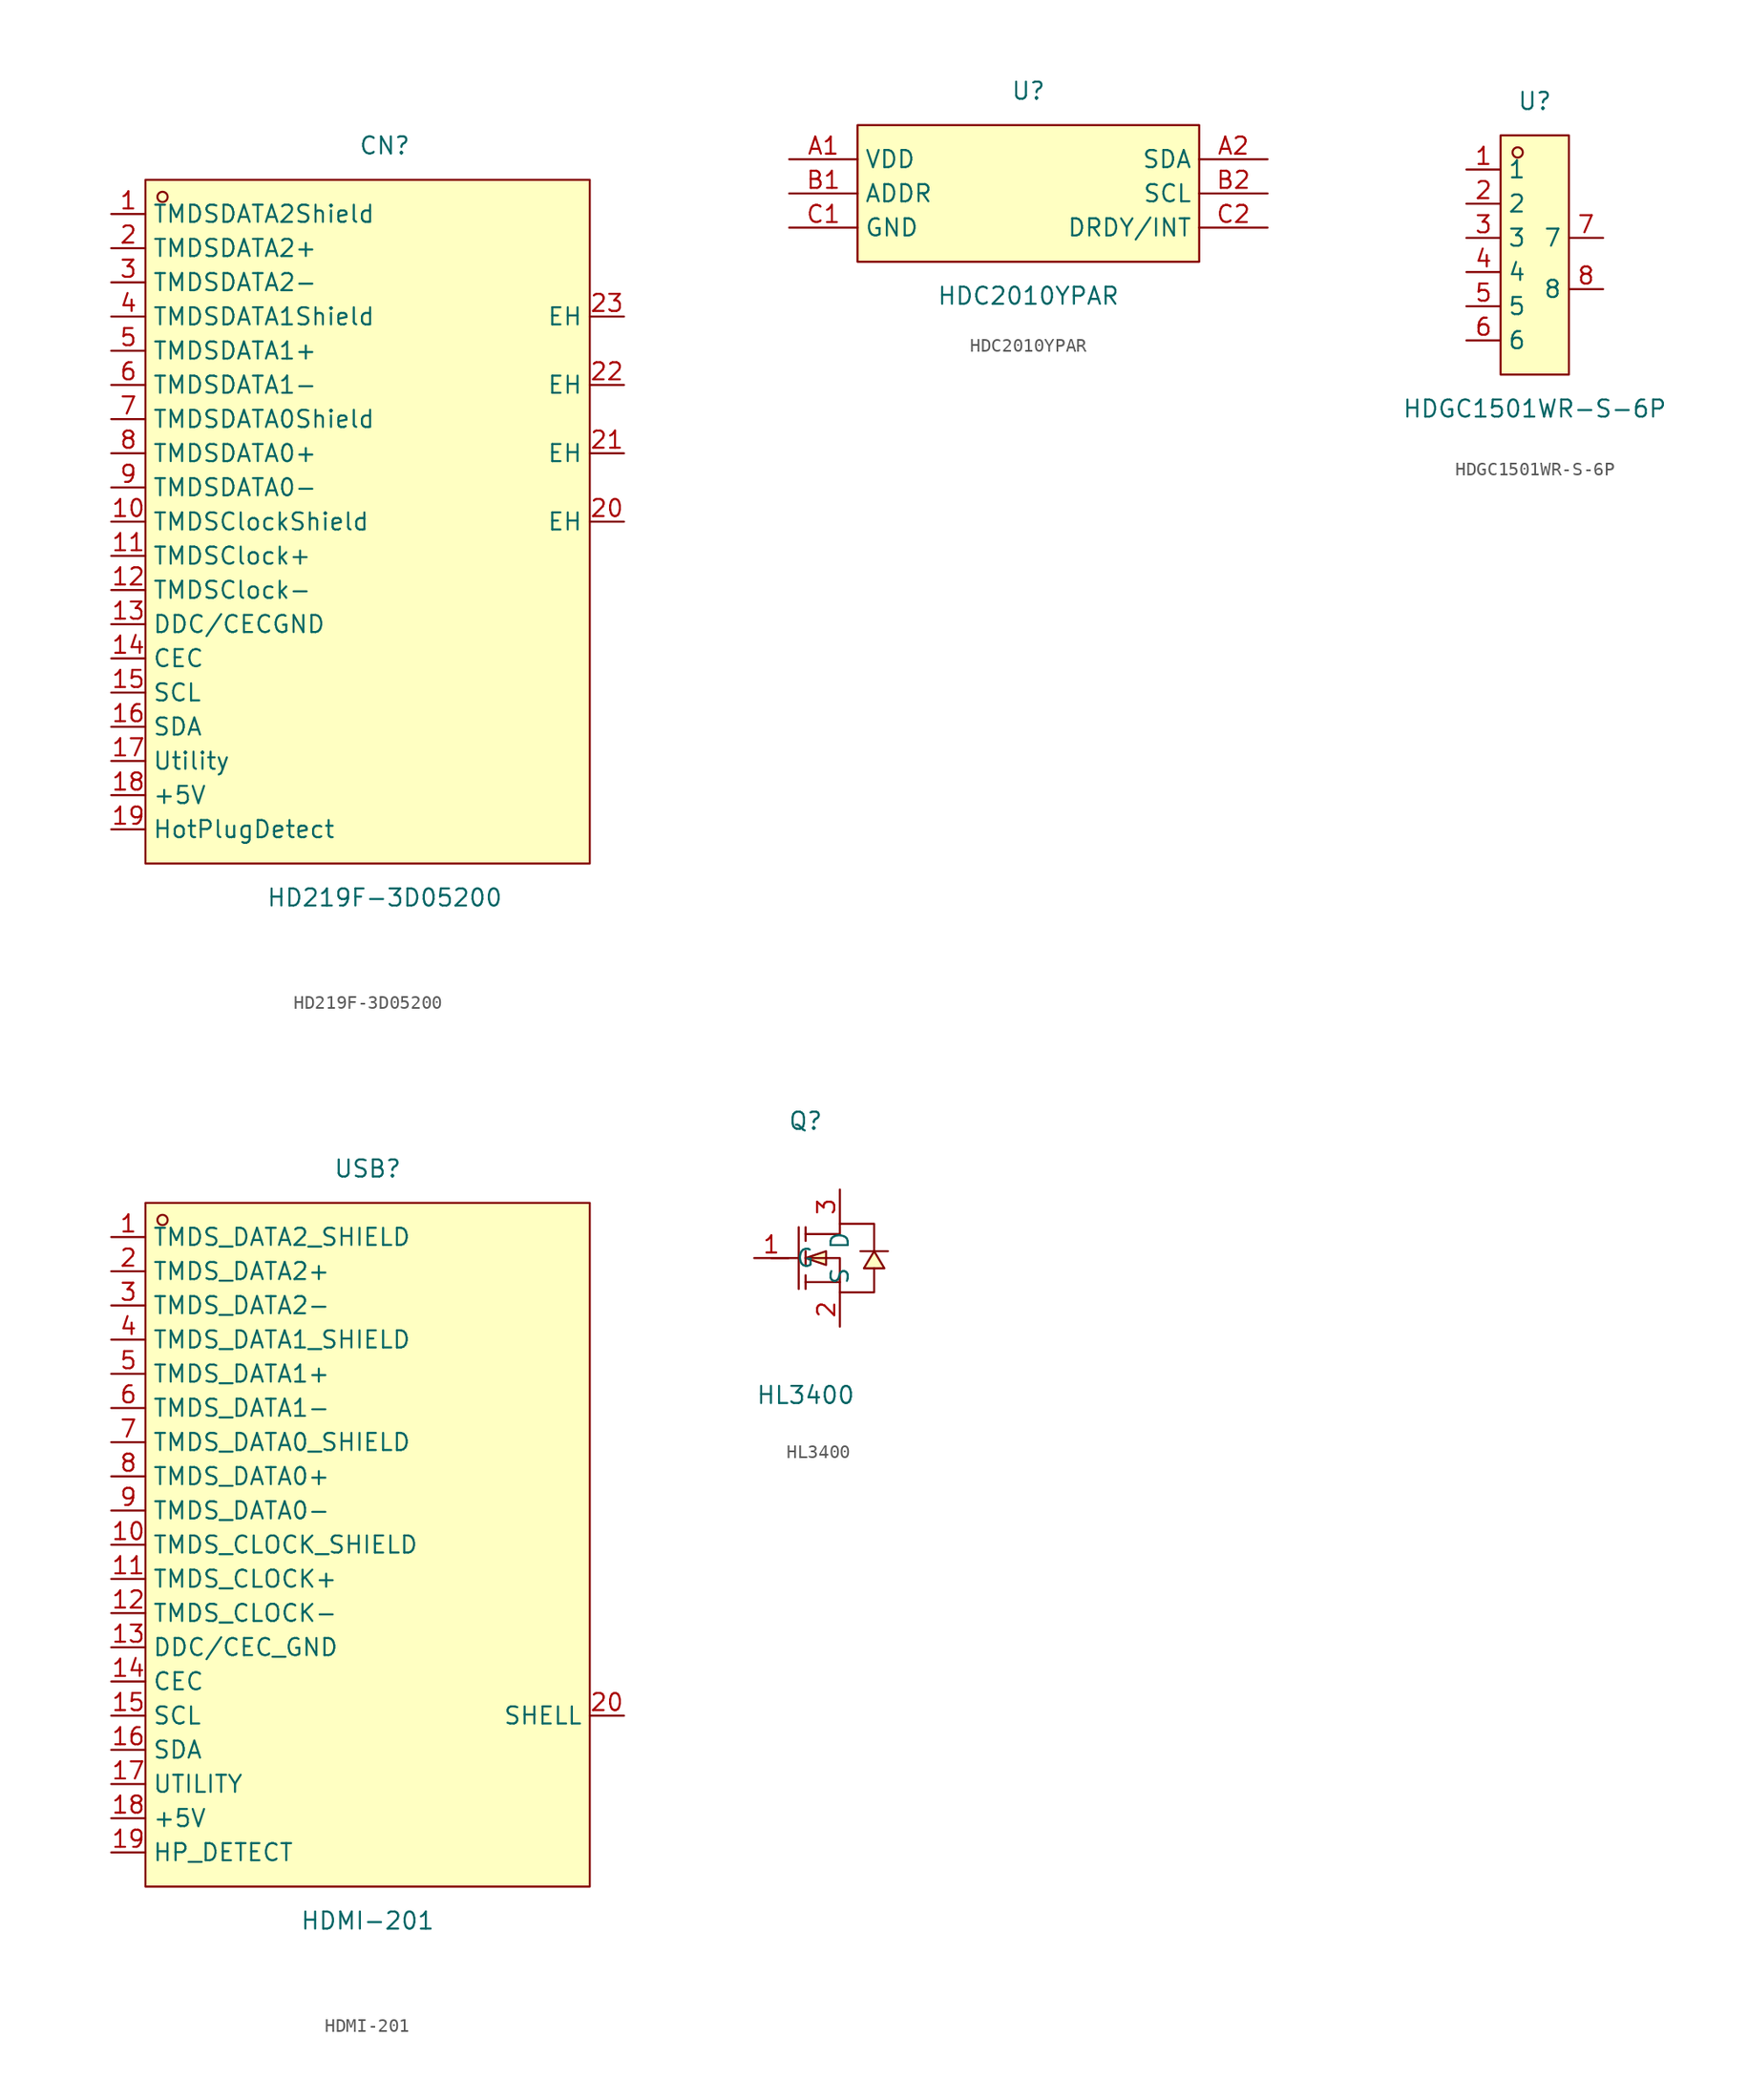
<source format=kicad_sym>
(kicad_symbol_lib
  (version 20231120)
  (generator "kicad_symbol_editor")
  (generator_version "8.0")
  (symbol "HD219F-3D05200"
    (property "Reference" "CN"
      (at 0 27.94 0)
      (effects (font (size 1.27 1.27))))
    (property "Value" "HD219F-3D05200"
      (at 0 -27.94 0)
      (effects (font (size 1.27 1.27))))
    (symbol "HD219F-3D05200_0_1"
      (rectangle (start -17.78 25.4) (end 15.24 -25.4) (stroke (width 0) (type default)) (fill (type background)))
      (circle (center -16.51 24.13) (radius 0.38) (stroke (width 0) (type default)) (fill (type none)))
      (pin unspecified line (at -20.32 22.86 0) (length 2.54) (name "TMDSDATA2Shield" (effects (font (size 1.27 1.27)))) (number "1" (effects (font (size 1.27 1.27)))))
      (pin unspecified line (at -20.32 0 0) (length 2.54) (name "TMDSClockShield" (effects (font (size 1.27 1.27)))) (number "10" (effects (font (size 1.27 1.27)))))
      (pin unspecified line (at -20.32 -2.54 0) (length 2.54) (name "TMDSClock+" (effects (font (size 1.27 1.27)))) (number "11" (effects (font (size 1.27 1.27)))))
      (pin unspecified line (at -20.32 -5.08 0) (length 2.54) (name "TMDSClock-" (effects (font (size 1.27 1.27)))) (number "12" (effects (font (size 1.27 1.27)))))
      (pin unspecified line (at -20.32 -7.62 0) (length 2.54) (name "DDC/CECGND" (effects (font (size 1.27 1.27)))) (number "13" (effects (font (size 1.27 1.27)))))
      (pin unspecified line (at -20.32 -10.16 0) (length 2.54) (name "CEC" (effects (font (size 1.27 1.27)))) (number "14" (effects (font (size 1.27 1.27)))))
      (pin unspecified line (at -20.32 -12.7 0) (length 2.54) (name "SCL" (effects (font (size 1.27 1.27)))) (number "15" (effects (font (size 1.27 1.27)))))
      (pin unspecified line (at -20.32 -15.24 0) (length 2.54) (name "SDA" (effects (font (size 1.27 1.27)))) (number "16" (effects (font (size 1.27 1.27)))))
      (pin unspecified line (at -20.32 -17.78 0) (length 2.54) (name "Utility" (effects (font (size 1.27 1.27)))) (number "17" (effects (font (size 1.27 1.27)))))
      (pin unspecified line (at -20.32 -20.32 0) (length 2.54) (name "+5V" (effects (font (size 1.27 1.27)))) (number "18" (effects (font (size 1.27 1.27)))))
      (pin unspecified line (at -20.32 -22.86 0) (length 2.54) (name "HotPlugDetect" (effects (font (size 1.27 1.27)))) (number "19" (effects (font (size 1.27 1.27)))))
      (pin unspecified line (at -20.32 20.32 0) (length 2.54) (name "TMDSDATA2+" (effects (font (size 1.27 1.27)))) (number "2" (effects (font (size 1.27 1.27)))))
      (pin unspecified line (at 17.78 0 180) (length 2.54) (name "EH" (effects (font (size 1.27 1.27)))) (number "20" (effects (font (size 1.27 1.27)))))
      (pin unspecified line (at 17.78 5.08 180) (length 2.54) (name "EH" (effects (font (size 1.27 1.27)))) (number "21" (effects (font (size 1.27 1.27)))))
      (pin unspecified line (at 17.78 10.16 180) (length 2.54) (name "EH" (effects (font (size 1.27 1.27)))) (number "22" (effects (font (size 1.27 1.27)))))
      (pin unspecified line (at 17.78 15.24 180) (length 2.54) (name "EH" (effects (font (size 1.27 1.27)))) (number "23" (effects (font (size 1.27 1.27)))))
      (pin unspecified line (at -20.32 17.78 0) (length 2.54) (name "TMDSDATA2-" (effects (font (size 1.27 1.27)))) (number "3" (effects (font (size 1.27 1.27)))))
      (pin unspecified line (at -20.32 15.24 0) (length 2.54) (name "TMDSDATA1Shield" (effects (font (size 1.27 1.27)))) (number "4" (effects (font (size 1.27 1.27)))))
      (pin unspecified line (at -20.32 12.7 0) (length 2.54) (name "TMDSDATA1+" (effects (font (size 1.27 1.27)))) (number "5" (effects (font (size 1.27 1.27)))))
      (pin unspecified line (at -20.32 10.16 0) (length 2.54) (name "TMDSDATA1-" (effects (font (size 1.27 1.27)))) (number "6" (effects (font (size 1.27 1.27)))))
      (pin unspecified line (at -20.32 7.62 0) (length 2.54) (name "TMDSDATA0Shield" (effects (font (size 1.27 1.27)))) (number "7" (effects (font (size 1.27 1.27)))))
      (pin unspecified line (at -20.32 5.08 0) (length 2.54) (name "TMDSDATA0+" (effects (font (size 1.27 1.27)))) (number "8" (effects (font (size 1.27 1.27)))))
      (pin unspecified line (at -20.32 2.54 0) (length 2.54) (name "TMDSDATA0-" (effects (font (size 1.27 1.27)))) (number "9" (effects (font (size 1.27 1.27)))))))
  (symbol "HDC2010YPAR"
    (property "Reference" "U"
      (at 0 7.62 0)
      (effects (font (size 1.27 1.27))))
    (property "Value" "HDC2010YPAR"
      (at 0 -7.62 0)
      (effects (font (size 1.27 1.27))))
    (symbol "HDC2010YPAR_0_1"
      (rectangle (start -12.7 5.08) (end 12.7 -5.08) (stroke (width 0) (type default)) (fill (type background)))
      (pin unspecified line (at -17.78 2.54 0) (length 5.08) (name "VDD" (effects (font (size 1.27 1.27)))) (number "A1" (effects (font (size 1.27 1.27)))))
      (pin unspecified line (at 17.78 2.54 180) (length 5.08) (name "SDA" (effects (font (size 1.27 1.27)))) (number "A2" (effects (font (size 1.27 1.27)))))
      (pin unspecified line (at -17.78 0 0) (length 5.08) (name "ADDR" (effects (font (size 1.27 1.27)))) (number "B1" (effects (font (size 1.27 1.27)))))
      (pin unspecified line (at 17.78 0 180) (length 5.08) (name "SCL" (effects (font (size 1.27 1.27)))) (number "B2" (effects (font (size 1.27 1.27)))))
      (pin unspecified line (at -17.78 -2.54 0) (length 5.08) (name "GND" (effects (font (size 1.27 1.27)))) (number "C1" (effects (font (size 1.27 1.27)))))
      (pin unspecified line (at 17.78 -2.54 180) (length 5.08) (name "DRDY/INT" (effects (font (size 1.27 1.27)))) (number "C2" (effects (font (size 1.27 1.27)))))))
  (symbol "HDGC1501WR-S-6P"
    (property "Reference" "U"
      (at 0 11.43 0)
      (effects (font (size 1.27 1.27))))
    (property "Value" "HDGC1501WR-S-6P"
      (at 0 -11.43 0)
      (effects (font (size 1.27 1.27))))
    (symbol "HDGC1501WR-S-6P_0_1"
      (rectangle (start -2.54 8.89) (end 2.54 -8.89) (stroke (width 0) (type default)) (fill (type background)))
      (circle (center -1.27 7.62) (radius 0.38) (stroke (width 0) (type default)) (fill (type none)))
      (pin unspecified line (at -5.08 6.35 0) (length 2.54) (name "1" (effects (font (size 1.27 1.27)))) (number "1" (effects (font (size 1.27 1.27)))))
      (pin unspecified line (at -5.08 3.81 0) (length 2.54) (name "2" (effects (font (size 1.27 1.27)))) (number "2" (effects (font (size 1.27 1.27)))))
      (pin unspecified line (at -5.08 1.27 0) (length 2.54) (name "3" (effects (font (size 1.27 1.27)))) (number "3" (effects (font (size 1.27 1.27)))))
      (pin unspecified line (at -5.08 -1.27 0) (length 2.54) (name "4" (effects (font (size 1.27 1.27)))) (number "4" (effects (font (size 1.27 1.27)))))
      (pin unspecified line (at -5.08 -3.81 0) (length 2.54) (name "5" (effects (font (size 1.27 1.27)))) (number "5" (effects (font (size 1.27 1.27)))))
      (pin unspecified line (at -5.08 -6.35 0) (length 2.54) (name "6" (effects (font (size 1.27 1.27)))) (number "6" (effects (font (size 1.27 1.27)))))
      (pin unspecified line (at 5.08 1.27 180) (length 2.54) (name "7" (effects (font (size 1.27 1.27)))) (number "7" (effects (font (size 1.27 1.27)))))
      (pin unspecified line (at 5.08 -2.54 180) (length 2.54) (name "8" (effects (font (size 1.27 1.27)))) (number "8" (effects (font (size 1.27 1.27)))))))
  (symbol "HDMI-201"
    (property "Reference" "USB"
      (at 0 27.94 0)
      (effects (font (size 1.27 1.27))))
    (property "Value" "HDMI-201"
      (at 0 -27.94 0)
      (effects (font (size 1.27 1.27))))
    (symbol "HDMI-201_0_1"
      (rectangle (start -16.51 25.4) (end 16.51 -25.4) (stroke (width 0) (type default)) (fill (type background)))
      (circle (center -15.24 24.13) (radius 0.38) (stroke (width 0) (type default)) (fill (type none)))
      (pin unspecified line (at -19.05 22.86 0) (length 2.54) (name "TMDS_DATA2_SHIELD" (effects (font (size 1.27 1.27)))) (number "1" (effects (font (size 1.27 1.27)))))
      (pin unspecified line (at -19.05 0 0) (length 2.54) (name "TMDS_CLOCK_SHIELD" (effects (font (size 1.27 1.27)))) (number "10" (effects (font (size 1.27 1.27)))))
      (pin unspecified line (at -19.05 -2.54 0) (length 2.54) (name "TMDS_CLOCK+" (effects (font (size 1.27 1.27)))) (number "11" (effects (font (size 1.27 1.27)))))
      (pin unspecified line (at -19.05 -5.08 0) (length 2.54) (name "TMDS_CLOCK-" (effects (font (size 1.27 1.27)))) (number "12" (effects (font (size 1.27 1.27)))))
      (pin unspecified line (at -19.05 -7.62 0) (length 2.54) (name "DDC/CEC_GND" (effects (font (size 1.27 1.27)))) (number "13" (effects (font (size 1.27 1.27)))))
      (pin unspecified line (at -19.05 -10.16 0) (length 2.54) (name "CEC" (effects (font (size 1.27 1.27)))) (number "14" (effects (font (size 1.27 1.27)))))
      (pin unspecified line (at -19.05 -12.7 0) (length 2.54) (name "SCL" (effects (font (size 1.27 1.27)))) (number "15" (effects (font (size 1.27 1.27)))))
      (pin unspecified line (at -19.05 -15.24 0) (length 2.54) (name "SDA" (effects (font (size 1.27 1.27)))) (number "16" (effects (font (size 1.27 1.27)))))
      (pin unspecified line (at -19.05 -17.78 0) (length 2.54) (name "UTILITY" (effects (font (size 1.27 1.27)))) (number "17" (effects (font (size 1.27 1.27)))))
      (pin unspecified line (at -19.05 -20.32 0) (length 2.54) (name "+5V" (effects (font (size 1.27 1.27)))) (number "18" (effects (font (size 1.27 1.27)))))
      (pin unspecified line (at -19.05 -22.86 0) (length 2.54) (name "HP_DETECT" (effects (font (size 1.27 1.27)))) (number "19" (effects (font (size 1.27 1.27)))))
      (pin unspecified line (at -19.05 20.32 0) (length 2.54) (name "TMDS_DATA2+" (effects (font (size 1.27 1.27)))) (number "2" (effects (font (size 1.27 1.27)))))
      (pin unspecified line (at 19.05 -12.7 180) (length 2.54) (name "SHELL" (effects (font (size 1.27 1.27)))) (number "20" (effects (font (size 1.27 1.27)))))
      (pin unspecified line (at -19.05 17.78 0) (length 2.54) (name "TMDS_DATA2-" (effects (font (size 1.27 1.27)))) (number "3" (effects (font (size 1.27 1.27)))))
      (pin unspecified line (at -19.05 15.24 0) (length 2.54) (name "TMDS_DATA1_SHIELD" (effects (font (size 1.27 1.27)))) (number "4" (effects (font (size 1.27 1.27)))))
      (pin unspecified line (at -19.05 12.7 0) (length 2.54) (name "TMDS_DATA1+" (effects (font (size 1.27 1.27)))) (number "5" (effects (font (size 1.27 1.27)))))
      (pin unspecified line (at -19.05 10.16 0) (length 2.54) (name "TMDS_DATA1-" (effects (font (size 1.27 1.27)))) (number "6" (effects (font (size 1.27 1.27)))))
      (pin unspecified line (at -19.05 7.62 0) (length 2.54) (name "TMDS_DATA0_SHIELD" (effects (font (size 1.27 1.27)))) (number "7" (effects (font (size 1.27 1.27)))))
      (pin unspecified line (at -19.05 5.08 0) (length 2.54) (name "TMDS_DATA0+" (effects (font (size 1.27 1.27)))) (number "8" (effects (font (size 1.27 1.27)))))
      (pin unspecified line (at -19.05 2.54 0) (length 2.54) (name "TMDS_DATA0-" (effects (font (size 1.27 1.27)))) (number "9" (effects (font (size 1.27 1.27)))))))
  (symbol "HL3400"
    (property "Reference" "Q"
      (at 0 10.16 0)
      (effects (font (size 1.27 1.27))))
    (property "Value" "HL3400"
      (at 0 -10.16 0)
      (effects (font (size 1.27 1.27))))
    (symbol "HL3400_0_1"
      (polyline (pts (xy -2.54 0) (xy -0.51 0)) (stroke (width 0) (type default)) (fill (type none)))
      (polyline (pts (xy -0.51 2.29) (xy -0.51 -2.29)) (stroke (width 0) (type default)) (fill (type none)))
      (polyline (pts (xy 0 -2.29) (xy 0 -1.27)) (stroke (width 0) (type default)) (fill (type none)))
      (polyline (pts (xy 0 -0.51) (xy 0 0.51)) (stroke (width 0) (type default)) (fill (type none)))
      (polyline (pts (xy 0 2.29) (xy 0 1.27)) (stroke (width 0) (type default)) (fill (type none)))
      (polyline (pts (xy 2.54 -1.78) (xy 0 -1.78)) (stroke (width 0) (type default)) (fill (type none)))
      (polyline (pts (xy 0 0) (xy 1.52 -0.51) (xy 1.52 0.51) (xy 0 0)) (stroke (width 0) (type default)) (fill (type background)))
      (polyline (pts (xy 5.08 0.51) (xy 4.32 -0.76) (xy 5.84 -0.76) (xy 5.08 0.51)) (stroke (width 0) (type default)) (fill (type background)))
      (polyline (pts (xy 6.1 0.51) (xy 5.59 0.51) (xy 4.57 0.51) (xy 4.06 0.51)) (stroke (width 0) (type default)) (fill (type none)))
      (polyline (pts (xy 0 0) (xy 2.54 0) (xy 2.54 -2.54) (xy 5.08 -2.54) (xy 5.08 -0.76)) (stroke (width 0) (type default)) (fill (type none)))
      (polyline (pts (xy 0 1.78) (xy 2.54 1.78) (xy 2.54 2.54) (xy 5.08 2.54) (xy 5.08 0.51)) (stroke (width 0) (type default)) (fill (type none)))
      (pin unspecified line (at -3.81 0 0) (length 2.54) (name "G" (effects (font (size 1.27 1.27)))) (number "1" (effects (font (size 1.27 1.27)))))
      (pin unspecified line (at 2.54 -5.08 90) (length 2.54) (name "S" (effects (font (size 1.27 1.27)))) (number "2" (effects (font (size 1.27 1.27)))))
      (pin unspecified line (at 2.54 5.08 270) (length 2.54) (name "D" (effects (font (size 1.27 1.27)))) (number "3" (effects (font (size 1.27 1.27))))))))
</source>
